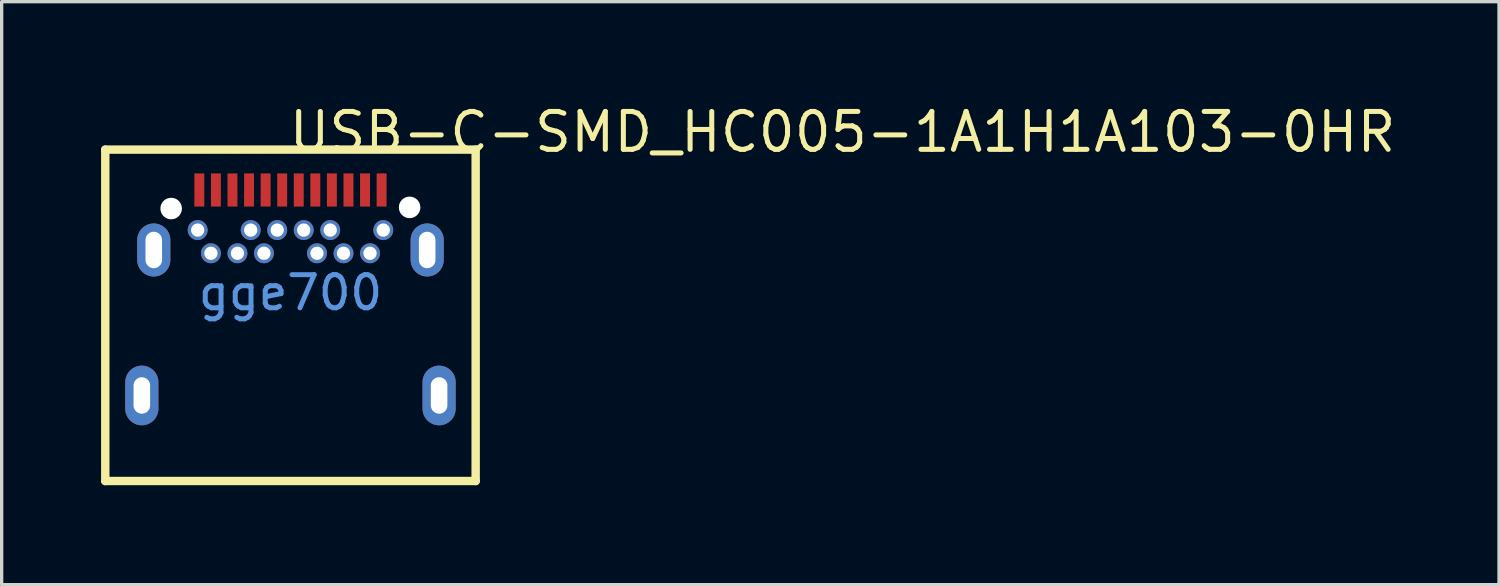
<source format=kicad_pcb>
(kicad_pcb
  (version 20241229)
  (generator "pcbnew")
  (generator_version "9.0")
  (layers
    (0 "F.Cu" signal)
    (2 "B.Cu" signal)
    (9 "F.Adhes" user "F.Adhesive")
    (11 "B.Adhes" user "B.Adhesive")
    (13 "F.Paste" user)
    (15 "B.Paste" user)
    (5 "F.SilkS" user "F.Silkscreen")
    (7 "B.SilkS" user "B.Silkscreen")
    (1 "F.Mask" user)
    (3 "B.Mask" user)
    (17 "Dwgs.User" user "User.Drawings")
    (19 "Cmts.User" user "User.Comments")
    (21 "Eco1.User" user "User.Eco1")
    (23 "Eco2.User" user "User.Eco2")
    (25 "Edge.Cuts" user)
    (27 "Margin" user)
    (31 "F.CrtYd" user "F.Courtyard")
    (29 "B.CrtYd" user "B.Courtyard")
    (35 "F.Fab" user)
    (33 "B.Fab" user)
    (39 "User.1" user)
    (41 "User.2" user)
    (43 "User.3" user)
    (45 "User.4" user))
  (footprint "USB-C-SMD_HC005-1A1H1A103-0HR"
    (layer "F.Cu")
    (at 5.715 5.783)
    (property "Reference" "USB-C-SMD_HC005-1A1H1A103-0HR" (at -0.124 -4.848 0) (layer "F.SilkS") (effects (font (size 1.143 1.143) (thickness 0.152)) (justify left)))
    (attr smd)
    (fp_line (start -5.588 -4.318) (end 5.588 -4.318) (stroke (width 0.254) (type solid)) (layer "F.SilkS"))
    (fp_line (start -5.588 5.682) (end -5.588 -4.318) (stroke (width 0.254) (type solid)) (layer "F.SilkS"))
    (fp_line (start 5.588 -4.318) (end 5.588 5.682) (stroke (width 0.254) (type solid)) (layer "F.SilkS"))
    (fp_line (start 5.588 5.682) (end -5.588 5.682) (stroke (width 0.254) (type solid)) (layer "F.SilkS"))
    (fp_poly (pts (xy -2.9 -3.6) (xy -2.6 -3.6) (xy -2.6 -2.6) (xy -2.9 -2.6)) (stroke (width 0) (type solid)) (fill yes) (layer "F.Paste"))
    (fp_poly (pts (xy -2.4 -3.6) (xy -2.1 -3.6) (xy -2.1 -2.6) (xy -2.4 -2.6)) (stroke (width 0) (type solid)) (fill yes) (layer "F.Paste"))
    (fp_poly (pts (xy -1.9 -3.6) (xy -1.6 -3.6) (xy -1.6 -2.6) (xy -1.9 -2.6)) (stroke (width 0) (type solid)) (fill yes) (layer "F.Paste"))
    (fp_poly (pts (xy -1.4 -3.6) (xy -1.1 -3.6) (xy -1.1 -2.6) (xy -1.4 -2.6)) (stroke (width 0) (type solid)) (fill yes) (layer "F.Paste"))
    (fp_poly (pts (xy -0.9 -3.6) (xy -0.6 -3.6) (xy -0.6 -2.6) (xy -0.9 -2.6)) (stroke (width 0) (type solid)) (fill yes) (layer "F.Paste"))
    (fp_poly (pts (xy -0.4 -3.6) (xy -0.1 -3.6) (xy -0.1 -2.6) (xy -0.4 -2.6)) (stroke (width 0) (type solid)) (fill yes) (layer "F.Paste"))
    (fp_poly (pts (xy 0.1 -3.6) (xy 0.4 -3.6) (xy 0.4 -2.6) (xy 0.1 -2.6)) (stroke (width 0) (type solid)) (fill yes) (layer "F.Paste"))
    (fp_poly (pts (xy 0.6 -3.6) (xy 0.9 -3.6) (xy 0.9 -2.6) (xy 0.6 -2.6)) (stroke (width 0) (type solid)) (fill yes) (layer "F.Paste"))
    (fp_poly (pts (xy 1.1 -3.6) (xy 1.4 -3.6) (xy 1.4 -2.6) (xy 1.1 -2.6)) (stroke (width 0) (type solid)) (fill yes) (layer "F.Paste"))
    (fp_poly (pts (xy 1.6 -3.6) (xy 1.9 -3.6) (xy 1.9 -2.6) (xy 1.6 -2.6)) (stroke (width 0) (type solid)) (fill yes) (layer "F.Paste"))
    (fp_poly (pts (xy 2.1 -3.6) (xy 2.4 -3.6) (xy 2.4 -2.6) (xy 2.1 -2.6)) (stroke (width 0) (type solid)) (fill yes) (layer "F.Paste"))
    (fp_poly (pts (xy 2.6 -3.6) (xy 2.9 -3.6) (xy 2.9 -2.6) (xy 2.6 -2.6)) (stroke (width 0) (type solid)) (fill yes) (layer "F.Paste"))
    (fp_poly (pts (xy -2.806 -2.19) (xy -2.832 -2.188) (xy -2.856 -2.185) (xy -2.881 -2.179) (xy -2.905 -2.171) (xy -2.928 -2.162) (xy -2.95 -2.15) (xy -2.971 -2.136) (xy -2.991 -2.121) (xy -3.01 -2.104) (xy -3.027 -2.086) (xy -3.043 -2.066) (xy -3.057 -2.046) (xy -3.069 -2.024) (xy -3.079 -2.001) (xy -3.087 -1.977) (xy -3.094 -1.953) (xy -3.098 -1.928) (xy -3.1 -1.903) (xy -3.1 -1.878) (xy -3.098 -1.853) (xy -3.094 -1.828) (xy -3.087 -1.803) (xy -3.079 -1.78) (xy -3.069 -1.757) (xy -3.057 -1.735) (xy -3.043 -1.714) (xy -3.027 -1.694) (xy -3.01 -1.676) (xy -2.991 -1.659) (xy -2.971 -1.644) (xy -2.95 -1.63) (xy -2.928 -1.619) (xy -2.905 -1.609) (xy -2.881 -1.601) (xy -2.856 -1.595) (xy -2.832 -1.592) (xy -2.806 -1.59) (xy -2.781 -1.591) (xy -2.756 -1.593) (xy -2.732 -1.598) (xy -2.708 -1.605) (xy -2.684 -1.614) (xy -2.661 -1.624) (xy -2.639 -1.637) (xy -2.619 -1.651) (xy -2.599 -1.667) (xy -2.582 -1.685) (xy -2.565 -1.704) (xy -2.55 -1.724) (xy -2.537 -1.746) (xy -2.526 -1.768) (xy -2.517 -1.791) (xy -2.51 -1.816) (xy -2.504 -1.84) (xy -2.501 -1.865) (xy -2.5 -1.89) (xy -2.501 -1.915) (xy -2.504 -1.94) (xy -2.51 -1.965) (xy -2.517 -1.989) (xy -2.526 -2.012) (xy -2.537 -2.035) (xy -2.55 -2.056) (xy -2.565 -2.076) (xy -2.582 -2.095) (xy -2.599 -2.113) (xy -2.619 -2.129) (xy -2.639 -2.143) (xy -2.661 -2.156) (xy -2.684 -2.167) (xy -2.708 -2.175) (xy -2.732 -2.182) (xy -2.756 -2.187) (xy -2.781 -2.19)) (stroke (width 0) (type solid)) (fill yes) (layer "F.Paste"))
    (fp_poly (pts (xy -2.406 -1.49) (xy -2.432 -1.488) (xy -2.456 -1.485) (xy -2.481 -1.479) (xy -2.505 -1.471) (xy -2.528 -1.462) (xy -2.55 -1.45) (xy -2.571 -1.436) (xy -2.591 -1.421) (xy -2.61 -1.404) (xy -2.627 -1.386) (xy -2.643 -1.366) (xy -2.657 -1.346) (xy -2.669 -1.324) (xy -2.679 -1.301) (xy -2.687 -1.277) (xy -2.694 -1.252) (xy -2.698 -1.228) (xy -2.7 -1.203) (xy -2.7 -1.178) (xy -2.698 -1.153) (xy -2.694 -1.128) (xy -2.687 -1.103) (xy -2.679 -1.08) (xy -2.669 -1.057) (xy -2.657 -1.035) (xy -2.643 -1.014) (xy -2.627 -0.994) (xy -2.61 -0.976) (xy -2.591 -0.959) (xy -2.571 -0.944) (xy -2.55 -0.93) (xy -2.528 -0.919) (xy -2.505 -0.909) (xy -2.481 -0.901) (xy -2.456 -0.895) (xy -2.432 -0.892) (xy -2.406 -0.89) (xy -2.381 -0.891) (xy -2.356 -0.893) (xy -2.332 -0.898) (xy -2.307 -0.905) (xy -2.284 -0.914) (xy -2.261 -0.924) (xy -2.239 -0.937) (xy -2.219 -0.951) (xy -2.199 -0.967) (xy -2.181 -0.985) (xy -2.165 -1.004) (xy -2.15 -1.024) (xy -2.137 -1.046) (xy -2.126 -1.068) (xy -2.117 -1.091) (xy -2.11 -1.116) (xy -2.104 -1.14) (xy -2.101 -1.165) (xy -2.1 -1.19) (xy -2.101 -1.215) (xy -2.104 -1.24) (xy -2.11 -1.265) (xy -2.117 -1.289) (xy -2.126 -1.312) (xy -2.137 -1.335) (xy -2.15 -1.356) (xy -2.165 -1.376) (xy -2.181 -1.395) (xy -2.199 -1.413) (xy -2.219 -1.429) (xy -2.239 -1.443) (xy -2.261 -1.456) (xy -2.284 -1.467) (xy -2.307 -1.475) (xy -2.332 -1.482) (xy -2.356 -1.487) (xy -2.381 -1.49)) (stroke (width 0) (type solid)) (fill yes) (layer "F.Paste"))
    (fp_poly (pts (xy -1.606 -1.49) (xy -1.631 -1.488) (xy -1.656 -1.485) (xy -1.681 -1.479) (xy -1.705 -1.471) (xy -1.728 -1.462) (xy -1.75 -1.45) (xy -1.771 -1.436) (xy -1.791 -1.421) (xy -1.81 -1.404) (xy -1.827 -1.386) (xy -1.843 -1.366) (xy -1.857 -1.346) (xy -1.869 -1.324) (xy -1.879 -1.301) (xy -1.887 -1.277) (xy -1.894 -1.252) (xy -1.898 -1.228) (xy -1.9 -1.203) (xy -1.9 -1.178) (xy -1.898 -1.153) (xy -1.894 -1.128) (xy -1.887 -1.103) (xy -1.879 -1.08) (xy -1.869 -1.057) (xy -1.857 -1.035) (xy -1.843 -1.014) (xy -1.827 -0.994) (xy -1.81 -0.976) (xy -1.791 -0.959) (xy -1.771 -0.944) (xy -1.75 -0.93) (xy -1.728 -0.919) (xy -1.705 -0.909) (xy -1.681 -0.901) (xy -1.656 -0.895) (xy -1.631 -0.892) (xy -1.606 -0.89) (xy -1.581 -0.891) (xy -1.556 -0.893) (xy -1.532 -0.898) (xy -1.507 -0.905) (xy -1.484 -0.914) (xy -1.461 -0.924) (xy -1.439 -0.937) (xy -1.419 -0.951) (xy -1.399 -0.967) (xy -1.381 -0.985) (xy -1.365 -1.004) (xy -1.35 -1.024) (xy -1.337 -1.046) (xy -1.326 -1.068) (xy -1.317 -1.091) (xy -1.309 -1.116) (xy -1.304 -1.14) (xy -1.301 -1.165) (xy -1.3 -1.19) (xy -1.301 -1.215) (xy -1.304 -1.24) (xy -1.309 -1.265) (xy -1.317 -1.289) (xy -1.326 -1.312) (xy -1.337 -1.335) (xy -1.35 -1.356) (xy -1.365 -1.376) (xy -1.381 -1.395) (xy -1.399 -1.413) (xy -1.419 -1.429) (xy -1.439 -1.443) (xy -1.461 -1.456) (xy -1.484 -1.467) (xy -1.507 -1.475) (xy -1.532 -1.482) (xy -1.556 -1.487) (xy -1.581 -1.49)) (stroke (width 0) (type solid)) (fill yes) (layer "F.Paste"))
    (fp_poly (pts (xy -1.181 -2.19) (xy -1.207 -2.19) (xy -1.232 -2.188) (xy -1.256 -2.185) (xy -1.281 -2.179) (xy -1.305 -2.171) (xy -1.328 -2.162) (xy -1.35 -2.15) (xy -1.371 -2.136) (xy -1.392 -2.121) (xy -1.41 -2.104) (xy -1.427 -2.086) (xy -1.443 -2.066) (xy -1.457 -2.046) (xy -1.469 -2.024) (xy -1.479 -2.001) (xy -1.487 -1.977) (xy -1.494 -1.953) (xy -1.498 -1.928) (xy -1.5 -1.903) (xy -1.5 -1.878) (xy -1.498 -1.853) (xy -1.494 -1.828) (xy -1.487 -1.803) (xy -1.479 -1.78) (xy -1.469 -1.757) (xy -1.457 -1.735) (xy -1.443 -1.714) (xy -1.427 -1.694) (xy -1.41 -1.676) (xy -1.392 -1.659) (xy -1.371 -1.644) (xy -1.35 -1.63) (xy -1.328 -1.619) (xy -1.305 -1.609) (xy -1.281 -1.601) (xy -1.256 -1.595) (xy -1.232 -1.592) (xy -1.207 -1.59) (xy -1.181 -1.591) (xy -1.156 -1.593) (xy -1.132 -1.598) (xy -1.108 -1.605) (xy -1.084 -1.614) (xy -1.061 -1.624) (xy -1.04 -1.637) (xy -1.019 -1.651) (xy -1 -1.667) (xy -0.982 -1.685) (xy -0.965 -1.704) (xy -0.95 -1.724) (xy -0.937 -1.746) (xy -0.926 -1.768) (xy -0.917 -1.791) (xy -0.91 -1.816) (xy -0.904 -1.84) (xy -0.901 -1.865) (xy -0.9 -1.89) (xy -0.901 -1.915) (xy -0.904 -1.94) (xy -0.91 -1.965) (xy -0.917 -1.989) (xy -0.926 -2.012) (xy -0.937 -2.035) (xy -0.95 -2.056) (xy -0.965 -2.076) (xy -0.982 -2.095) (xy -1 -2.113) (xy -1.019 -2.129) (xy -1.04 -2.143) (xy -1.061 -2.156) (xy -1.084 -2.167) (xy -1.108 -2.175) (xy -1.132 -2.182) (xy -1.156 -2.187)) (stroke (width 0) (type solid)) (fill yes) (layer "F.Paste"))
    (fp_poly (pts (xy -0.807 -1.49) (xy -0.832 -1.488) (xy -0.856 -1.485) (xy -0.881 -1.479) (xy -0.905 -1.471) (xy -0.928 -1.462) (xy -0.95 -1.45) (xy -0.971 -1.436) (xy -0.991 -1.421) (xy -1.01 -1.404) (xy -1.027 -1.386) (xy -1.043 -1.366) (xy -1.057 -1.346) (xy -1.069 -1.324) (xy -1.079 -1.301) (xy -1.087 -1.277) (xy -1.094 -1.252) (xy -1.098 -1.228) (xy -1.1 -1.203) (xy -1.1 -1.178) (xy -1.098 -1.153) (xy -1.094 -1.128) (xy -1.087 -1.103) (xy -1.079 -1.08) (xy -1.069 -1.057) (xy -1.057 -1.035) (xy -1.043 -1.014) (xy -1.027 -0.994) (xy -1.01 -0.976) (xy -0.991 -0.959) (xy -0.971 -0.944) (xy -0.95 -0.93) (xy -0.928 -0.919) (xy -0.905 -0.909) (xy -0.881 -0.901) (xy -0.856 -0.895) (xy -0.832 -0.892) (xy -0.807 -0.89) (xy -0.781 -0.891) (xy -0.756 -0.893) (xy -0.732 -0.898) (xy -0.708 -0.905) (xy -0.684 -0.914) (xy -0.661 -0.924) (xy -0.639 -0.937) (xy -0.619 -0.951) (xy -0.599 -0.967) (xy -0.582 -0.985) (xy -0.565 -1.004) (xy -0.55 -1.024) (xy -0.537 -1.046) (xy -0.526 -1.068) (xy -0.517 -1.091) (xy -0.51 -1.116) (xy -0.504 -1.14) (xy -0.501 -1.165) (xy -0.5 -1.19) (xy -0.501 -1.215) (xy -0.504 -1.24) (xy -0.51 -1.265) (xy -0.517 -1.289) (xy -0.526 -1.312) (xy -0.537 -1.335) (xy -0.55 -1.356) (xy -0.565 -1.376) (xy -0.582 -1.395) (xy -0.599 -1.413) (xy -0.619 -1.429) (xy -0.639 -1.443) (xy -0.661 -1.456) (xy -0.684 -1.467) (xy -0.708 -1.475) (xy -0.732 -1.482) (xy -0.756 -1.487) (xy -0.781 -1.49)) (stroke (width 0) (type solid)) (fill yes) (layer "F.Paste"))
    (fp_poly (pts (xy -0.381 -2.19) (xy -0.406 -2.19) (xy -0.432 -2.188) (xy -0.456 -2.185) (xy -0.481 -2.179) (xy -0.505 -2.171) (xy -0.528 -2.162) (xy -0.55 -2.15) (xy -0.571 -2.136) (xy -0.591 -2.121) (xy -0.61 -2.104) (xy -0.627 -2.086) (xy -0.643 -2.066) (xy -0.657 -2.046) (xy -0.669 -2.024) (xy -0.679 -2.001) (xy -0.687 -1.977) (xy -0.694 -1.953) (xy -0.698 -1.928) (xy -0.7 -1.903) (xy -0.7 -1.878) (xy -0.698 -1.853) (xy -0.694 -1.828) (xy -0.687 -1.803) (xy -0.679 -1.78) (xy -0.669 -1.757) (xy -0.657 -1.735) (xy -0.643 -1.714) (xy -0.627 -1.694) (xy -0.61 -1.676) (xy -0.591 -1.659) (xy -0.571 -1.644) (xy -0.55 -1.63) (xy -0.528 -1.619) (xy -0.505 -1.609) (xy -0.481 -1.601) (xy -0.456 -1.595) (xy -0.432 -1.592) (xy -0.406 -1.59) (xy -0.381 -1.591) (xy -0.356 -1.593) (xy -0.332 -1.598) (xy -0.307 -1.605) (xy -0.284 -1.614) (xy -0.261 -1.624) (xy -0.239 -1.637) (xy -0.219 -1.651) (xy -0.199 -1.667) (xy -0.181 -1.685) (xy -0.165 -1.704) (xy -0.15 -1.724) (xy -0.137 -1.746) (xy -0.126 -1.768) (xy -0.117 -1.791) (xy -0.11 -1.816) (xy -0.104 -1.84) (xy -0.101 -1.865) (xy -0.1 -1.89) (xy -0.101 -1.915) (xy -0.104 -1.94) (xy -0.11 -1.965) (xy -0.117 -1.989) (xy -0.126 -2.012) (xy -0.137 -2.035) (xy -0.15 -2.056) (xy -0.165 -2.076) (xy -0.181 -2.095) (xy -0.199 -2.113) (xy -0.219 -2.129) (xy -0.239 -2.143) (xy -0.261 -2.156) (xy -0.284 -2.167) (xy -0.307 -2.175) (xy -0.332 -2.182) (xy -0.356 -2.187)) (stroke (width 0) (type solid)) (fill yes) (layer "F.Paste"))
    (fp_poly (pts (xy 0.394 -2.19) (xy 0.369 -2.188) (xy 0.344 -2.185) (xy 0.319 -2.179) (xy 0.295 -2.171) (xy 0.272 -2.162) (xy 0.25 -2.15) (xy 0.229 -2.136) (xy 0.209 -2.121) (xy 0.19 -2.104) (xy 0.173 -2.086) (xy 0.157 -2.066) (xy 0.143 -2.046) (xy 0.131 -2.024) (xy 0.121 -2.001) (xy 0.113 -1.977) (xy 0.106 -1.953) (xy 0.102 -1.928) (xy 0.1 -1.903) (xy 0.1 -1.878) (xy 0.102 -1.853) (xy 0.106 -1.828) (xy 0.113 -1.803) (xy 0.121 -1.78) (xy 0.131 -1.757) (xy 0.143 -1.735) (xy 0.157 -1.714) (xy 0.173 -1.694) (xy 0.19 -1.676) (xy 0.209 -1.659) (xy 0.229 -1.644) (xy 0.25 -1.63) (xy 0.272 -1.619) (xy 0.295 -1.609) (xy 0.319 -1.601) (xy 0.344 -1.595) (xy 0.369 -1.592) (xy 0.394 -1.59) (xy 0.419 -1.591) (xy 0.444 -1.593) (xy 0.468 -1.598) (xy 0.493 -1.605) (xy 0.516 -1.614) (xy 0.539 -1.624) (xy 0.561 -1.637) (xy 0.581 -1.651) (xy 0.601 -1.667) (xy 0.619 -1.685) (xy 0.635 -1.704) (xy 0.65 -1.724) (xy 0.663 -1.746) (xy 0.674 -1.768) (xy 0.683 -1.791) (xy 0.69 -1.816) (xy 0.696 -1.84) (xy 0.699 -1.865) (xy 0.7 -1.89) (xy 0.699 -1.915) (xy 0.696 -1.94) (xy 0.69 -1.965) (xy 0.683 -1.989) (xy 0.674 -2.012) (xy 0.663 -2.035) (xy 0.65 -2.056) (xy 0.635 -2.076) (xy 0.619 -2.095) (xy 0.601 -2.113) (xy 0.581 -2.129) (xy 0.561 -2.143) (xy 0.539 -2.156) (xy 0.516 -2.167) (xy 0.493 -2.175) (xy 0.468 -2.182) (xy 0.444 -2.187) (xy 0.419 -2.19)) (stroke (width 0) (type solid)) (fill yes) (layer "F.Paste"))
    (fp_poly (pts (xy 0.819 -1.49) (xy 0.793 -1.49) (xy 0.768 -1.488) (xy 0.744 -1.485) (xy 0.719 -1.479) (xy 0.695 -1.471) (xy 0.672 -1.462) (xy 0.65 -1.45) (xy 0.628 -1.436) (xy 0.608 -1.421) (xy 0.59 -1.404) (xy 0.573 -1.386) (xy 0.557 -1.366) (xy 0.543 -1.346) (xy 0.531 -1.324) (xy 0.521 -1.301) (xy 0.513 -1.277) (xy 0.506 -1.252) (xy 0.502 -1.228) (xy 0.5 -1.203) (xy 0.5 -1.178) (xy 0.502 -1.153) (xy 0.506 -1.128) (xy 0.513 -1.103) (xy 0.521 -1.08) (xy 0.531 -1.057) (xy 0.543 -1.035) (xy 0.557 -1.014) (xy 0.573 -0.994) (xy 0.59 -0.976) (xy 0.608 -0.959) (xy 0.628 -0.944) (xy 0.65 -0.93) (xy 0.672 -0.919) (xy 0.695 -0.909) (xy 0.719 -0.901) (xy 0.744 -0.895) (xy 0.768 -0.892) (xy 0.793 -0.89) (xy 0.819 -0.891) (xy 0.844 -0.893) (xy 0.868 -0.898) (xy 0.892 -0.905) (xy 0.916 -0.914) (xy 0.939 -0.924) (xy 0.96 -0.937) (xy 0.981 -0.951) (xy 1 -0.967) (xy 1.018 -0.985) (xy 1.035 -1.004) (xy 1.05 -1.024) (xy 1.063 -1.046) (xy 1.074 -1.068) (xy 1.083 -1.091) (xy 1.09 -1.116) (xy 1.096 -1.14) (xy 1.099 -1.165) (xy 1.1 -1.19) (xy 1.099 -1.215) (xy 1.096 -1.24) (xy 1.09 -1.265) (xy 1.083 -1.289) (xy 1.074 -1.312) (xy 1.063 -1.335) (xy 1.05 -1.356) (xy 1.035 -1.376) (xy 1.018 -1.395) (xy 1 -1.413) (xy 0.981 -1.429) (xy 0.96 -1.443) (xy 0.939 -1.456) (xy 0.916 -1.467) (xy 0.892 -1.475) (xy 0.868 -1.482) (xy 0.844 -1.487)) (stroke (width 0) (type solid)) (fill yes) (layer "F.Paste"))
    (fp_poly (pts (xy 1.193 -2.19) (xy 1.168 -2.188) (xy 1.144 -2.185) (xy 1.119 -2.179) (xy 1.095 -2.171) (xy 1.072 -2.162) (xy 1.05 -2.15) (xy 1.029 -2.136) (xy 1.009 -2.121) (xy 0.99 -2.104) (xy 0.973 -2.086) (xy 0.957 -2.066) (xy 0.943 -2.046) (xy 0.931 -2.024) (xy 0.921 -2.001) (xy 0.913 -1.977) (xy 0.906 -1.953) (xy 0.902 -1.928) (xy 0.9 -1.903) (xy 0.9 -1.878) (xy 0.902 -1.853) (xy 0.906 -1.828) (xy 0.913 -1.803) (xy 0.921 -1.78) (xy 0.931 -1.757) (xy 0.943 -1.735) (xy 0.957 -1.714) (xy 0.973 -1.694) (xy 0.99 -1.676) (xy 1.009 -1.659) (xy 1.029 -1.644) (xy 1.05 -1.63) (xy 1.072 -1.619) (xy 1.095 -1.609) (xy 1.119 -1.601) (xy 1.144 -1.595) (xy 1.168 -1.592) (xy 1.193 -1.59) (xy 1.219 -1.591) (xy 1.244 -1.593) (xy 1.268 -1.598) (xy 1.292 -1.605) (xy 1.316 -1.614) (xy 1.339 -1.624) (xy 1.361 -1.637) (xy 1.381 -1.651) (xy 1.401 -1.667) (xy 1.418 -1.685) (xy 1.435 -1.704) (xy 1.45 -1.724) (xy 1.463 -1.746) (xy 1.474 -1.768) (xy 1.483 -1.791) (xy 1.49 -1.816) (xy 1.496 -1.84) (xy 1.499 -1.865) (xy 1.5 -1.89) (xy 1.499 -1.915) (xy 1.496 -1.94) (xy 1.49 -1.965) (xy 1.483 -1.989) (xy 1.474 -2.012) (xy 1.463 -2.035) (xy 1.45 -2.056) (xy 1.435 -2.076) (xy 1.418 -2.095) (xy 1.401 -2.113) (xy 1.381 -2.129) (xy 1.361 -2.143) (xy 1.339 -2.156) (xy 1.316 -2.167) (xy 1.292 -2.175) (xy 1.268 -2.182) (xy 1.244 -2.187) (xy 1.219 -2.19)) (stroke (width 0) (type solid)) (fill yes) (layer "F.Paste"))
    (fp_poly (pts (xy 1.594 -1.49) (xy 1.568 -1.488) (xy 1.544 -1.485) (xy 1.519 -1.479) (xy 1.495 -1.471) (xy 1.472 -1.462) (xy 1.45 -1.45) (xy 1.429 -1.436) (xy 1.409 -1.421) (xy 1.39 -1.404) (xy 1.373 -1.386) (xy 1.357 -1.366) (xy 1.343 -1.346) (xy 1.331 -1.324) (xy 1.321 -1.301) (xy 1.313 -1.277) (xy 1.306 -1.252) (xy 1.302 -1.228) (xy 1.3 -1.203) (xy 1.3 -1.178) (xy 1.302 -1.153) (xy 1.306 -1.128) (xy 1.313 -1.103) (xy 1.321 -1.08) (xy 1.331 -1.057) (xy 1.343 -1.035) (xy 1.357 -1.014) (xy 1.373 -0.994) (xy 1.39 -0.976) (xy 1.409 -0.959) (xy 1.429 -0.944) (xy 1.45 -0.93) (xy 1.472 -0.919) (xy 1.495 -0.909) (xy 1.519 -0.901) (xy 1.544 -0.895) (xy 1.568 -0.892) (xy 1.594 -0.89) (xy 1.619 -0.891) (xy 1.644 -0.893) (xy 1.668 -0.898) (xy 1.693 -0.905) (xy 1.716 -0.914) (xy 1.739 -0.924) (xy 1.761 -0.937) (xy 1.781 -0.951) (xy 1.801 -0.967) (xy 1.819 -0.985) (xy 1.835 -1.004) (xy 1.85 -1.024) (xy 1.863 -1.046) (xy 1.874 -1.068) (xy 1.883 -1.091) (xy 1.89 -1.116) (xy 1.896 -1.14) (xy 1.899 -1.165) (xy 1.9 -1.19) (xy 1.899 -1.215) (xy 1.896 -1.24) (xy 1.89 -1.265) (xy 1.883 -1.289) (xy 1.874 -1.312) (xy 1.863 -1.335) (xy 1.85 -1.356) (xy 1.835 -1.376) (xy 1.819 -1.395) (xy 1.801 -1.413) (xy 1.781 -1.429) (xy 1.761 -1.443) (xy 1.739 -1.456) (xy 1.716 -1.467) (xy 1.693 -1.475) (xy 1.668 -1.482) (xy 1.644 -1.487) (xy 1.619 -1.49)) (stroke (width 0) (type solid)) (fill yes) (layer "F.Paste"))
    (fp_poly (pts (xy 2.394 -1.49) (xy 2.369 -1.488) (xy 2.344 -1.485) (xy 2.319 -1.479) (xy 2.295 -1.471) (xy 2.272 -1.462) (xy 2.25 -1.45) (xy 2.229 -1.436) (xy 2.209 -1.421) (xy 2.19 -1.404) (xy 2.173 -1.386) (xy 2.157 -1.366) (xy 2.143 -1.346) (xy 2.131 -1.324) (xy 2.121 -1.301) (xy 2.113 -1.277) (xy 2.106 -1.252) (xy 2.102 -1.228) (xy 2.1 -1.203) (xy 2.1 -1.178) (xy 2.102 -1.153) (xy 2.106 -1.128) (xy 2.113 -1.103) (xy 2.121 -1.08) (xy 2.131 -1.057) (xy 2.143 -1.035) (xy 2.157 -1.014) (xy 2.173 -0.994) (xy 2.19 -0.976) (xy 2.209 -0.959) (xy 2.229 -0.944) (xy 2.25 -0.93) (xy 2.272 -0.919) (xy 2.295 -0.909) (xy 2.319 -0.901) (xy 2.344 -0.895) (xy 2.369 -0.892) (xy 2.394 -0.89) (xy 2.419 -0.891) (xy 2.444 -0.893) (xy 2.468 -0.898) (xy 2.493 -0.905) (xy 2.516 -0.914) (xy 2.539 -0.924) (xy 2.561 -0.937) (xy 2.581 -0.951) (xy 2.601 -0.967) (xy 2.619 -0.985) (xy 2.635 -1.004) (xy 2.65 -1.024) (xy 2.663 -1.046) (xy 2.674 -1.068) (xy 2.683 -1.091) (xy 2.69 -1.116) (xy 2.696 -1.14) (xy 2.699 -1.165) (xy 2.7 -1.19) (xy 2.699 -1.215) (xy 2.696 -1.24) (xy 2.69 -1.265) (xy 2.683 -1.289) (xy 2.674 -1.312) (xy 2.663 -1.335) (xy 2.65 -1.356) (xy 2.635 -1.376) (xy 2.619 -1.395) (xy 2.601 -1.413) (xy 2.581 -1.429) (xy 2.561 -1.443) (xy 2.539 -1.456) (xy 2.516 -1.467) (xy 2.493 -1.475) (xy 2.468 -1.482) (xy 2.444 -1.487) (xy 2.419 -1.49)) (stroke (width 0) (type solid)) (fill yes) (layer "F.Paste"))
    (fp_poly (pts (xy 2.793 -2.19) (xy 2.768 -2.188) (xy 2.744 -2.185) (xy 2.719 -2.179) (xy 2.695 -2.171) (xy 2.672 -2.162) (xy 2.65 -2.15) (xy 2.628 -2.136) (xy 2.608 -2.121) (xy 2.59 -2.104) (xy 2.573 -2.086) (xy 2.557 -2.066) (xy 2.543 -2.046) (xy 2.531 -2.024) (xy 2.521 -2.001) (xy 2.513 -1.977) (xy 2.506 -1.953) (xy 2.502 -1.928) (xy 2.5 -1.903) (xy 2.5 -1.878) (xy 2.502 -1.853) (xy 2.506 -1.828) (xy 2.513 -1.803) (xy 2.521 -1.78) (xy 2.531 -1.757) (xy 2.543 -1.735) (xy 2.557 -1.714) (xy 2.573 -1.694) (xy 2.59 -1.676) (xy 2.608 -1.659) (xy 2.628 -1.644) (xy 2.65 -1.63) (xy 2.672 -1.619) (xy 2.695 -1.609) (xy 2.719 -1.601) (xy 2.744 -1.595) (xy 2.768 -1.592) (xy 2.793 -1.59) (xy 2.819 -1.591) (xy 2.844 -1.593) (xy 2.868 -1.598) (xy 2.892 -1.605) (xy 2.916 -1.614) (xy 2.939 -1.624) (xy 2.96 -1.637) (xy 2.981 -1.651) (xy 3 -1.667) (xy 3.018 -1.685) (xy 3.035 -1.704) (xy 3.05 -1.724) (xy 3.063 -1.746) (xy 3.074 -1.768) (xy 3.083 -1.791) (xy 3.09 -1.816) (xy 3.096 -1.84) (xy 3.099 -1.865) (xy 3.1 -1.89) (xy 3.099 -1.915) (xy 3.096 -1.94) (xy 3.09 -1.965) (xy 3.083 -1.989) (xy 3.074 -2.012) (xy 3.063 -2.035) (xy 3.05 -2.056) (xy 3.035 -2.076) (xy 3.018 -2.095) (xy 3 -2.113) (xy 2.981 -2.129) (xy 2.96 -2.143) (xy 2.939 -2.156) (xy 2.916 -2.167) (xy 2.892 -2.175) (xy 2.868 -2.182) (xy 2.844 -2.187) (xy 2.819 -2.19)) (stroke (width 0) (type solid)) (fill yes) (layer "F.Paste"))
    (fp_poly (pts (xy -4.448 2.201) (xy -4.473 2.2) (xy -4.497 2.2) (xy -4.522 2.201) (xy -4.547 2.204) (xy -4.572 2.208) (xy -4.596 2.212) (xy -4.62 2.219) (xy -4.644 2.226) (xy -4.668 2.235) (xy -4.691 2.244) (xy -4.713 2.255) (xy -4.735 2.267) (xy -4.756 2.28) (xy -4.777 2.294) (xy -4.797 2.309) (xy -4.816 2.325) (xy -4.834 2.342) (xy -4.852 2.36) (xy -4.868 2.379) (xy -4.884 2.398) (xy -4.898 2.418) (xy -4.912 2.439) (xy -4.924 2.461) (xy -4.935 2.483) (xy -4.946 2.506) (xy -4.955 2.529) (xy -4.963 2.553) (xy -4.97 2.577) (xy -4.975 2.601) (xy -4.979 2.625) (xy -4.983 2.65) (xy -4.984 2.675) (xy -4.985 2.7) (xy -4.985 3.5) (xy -4.984 3.525) (xy -4.983 3.55) (xy -4.979 3.574) (xy -4.975 3.599) (xy -4.97 3.623) (xy -4.963 3.647) (xy -4.955 3.671) (xy -4.946 3.694) (xy -4.935 3.717) (xy -4.924 3.739) (xy -4.912 3.761) (xy -4.898 3.782) (xy -4.884 3.802) (xy -4.868 3.821) (xy -4.852 3.84) (xy -4.834 3.858) (xy -4.816 3.875) (xy -4.797 3.891) (xy -4.777 3.906) (xy -4.756 3.92) (xy -4.735 3.933) (xy -4.713 3.945) (xy -4.691 3.956) (xy -4.668 3.965) (xy -4.644 3.974) (xy -4.62 3.981) (xy -4.596 3.987) (xy -4.572 3.992) (xy -4.547 3.996) (xy -4.522 3.999) (xy -4.497 4) (xy -4.473 4) (xy -4.448 3.999) (xy -4.423 3.996) (xy -4.398 3.992) (xy -4.374 3.987) (xy -4.35 3.981) (xy -4.326 3.974) (xy -4.302 3.965) (xy -4.279 3.956) (xy -4.257 3.945) (xy -4.235 3.933) (xy -4.214 3.92) (xy -4.193 3.906) (xy -4.173 3.891) (xy -4.154 3.875) (xy -4.136 3.858) (xy -4.118 3.84) (xy -4.102 3.821) (xy -4.086 3.802) (xy -4.072 3.782) (xy -4.058 3.761) (xy -4.046 3.739) (xy -4.035 3.717) (xy -4.024 3.694) (xy -4.015 3.671) (xy -4.007 3.647) (xy -4 3.623) (xy -3.995 3.599) (xy -3.991 3.574) (xy -3.987 3.55) (xy -3.986 3.525) (xy -3.985 3.5) (xy -3.985 2.7) (xy -3.986 2.675) (xy -3.987 2.65) (xy -3.991 2.625) (xy -3.995 2.601) (xy -4 2.577) (xy -4.007 2.553) (xy -4.015 2.529) (xy -4.024 2.506) (xy -4.035 2.483) (xy -4.046 2.461) (xy -4.058 2.439) (xy -4.072 2.418) (xy -4.086 2.398) (xy -4.102 2.379) (xy -4.118 2.36) (xy -4.136 2.342) (xy -4.154 2.325) (xy -4.173 2.309) (xy -4.193 2.294) (xy -4.214 2.28) (xy -4.235 2.267) (xy -4.257 2.255) (xy -4.279 2.244) (xy -4.302 2.235) (xy -4.326 2.226) (xy -4.35 2.219) (xy -4.374 2.212) (xy -4.398 2.208) (xy -4.423 2.204)) (stroke (width 0) (type solid)) (fill yes) (layer "F.Paste"))
    (fp_poly (pts (xy -4.088 -2.139) (xy -4.113 -2.14) (xy -4.138 -2.14) (xy -4.162 -2.139) (xy -4.187 -2.136) (xy -4.212 -2.133) (xy -4.236 -2.128) (xy -4.26 -2.121) (xy -4.284 -2.114) (xy -4.308 -2.106) (xy -4.331 -2.096) (xy -4.353 -2.085) (xy -4.375 -2.073) (xy -4.396 -2.06) (xy -4.417 -2.046) (xy -4.437 -2.031) (xy -4.456 -2.015) (xy -4.474 -1.998) (xy -4.492 -1.98) (xy -4.508 -1.962) (xy -4.524 -1.942) (xy -4.538 -1.922) (xy -4.552 -1.901) (xy -4.564 -1.879) (xy -4.576 -1.857) (xy -4.586 -1.834) (xy -4.595 -1.811) (xy -4.603 -1.788) (xy -4.61 -1.764) (xy -4.615 -1.739) (xy -4.619 -1.715) (xy -4.623 -1.69) (xy -4.624 -1.665) (xy -4.625 -1.64) (xy -4.625 -0.94) (xy -4.624 -0.915) (xy -4.623 -0.89) (xy -4.619 -0.866) (xy -4.615 -0.841) (xy -4.61 -0.817) (xy -4.603 -0.793) (xy -4.595 -0.769) (xy -4.586 -0.746) (xy -4.576 -0.723) (xy -4.564 -0.701) (xy -4.552 -0.679) (xy -4.538 -0.659) (xy -4.524 -0.638) (xy -4.508 -0.619) (xy -4.492 -0.6) (xy -4.474 -0.582) (xy -4.456 -0.565) (xy -4.437 -0.549) (xy -4.417 -0.534) (xy -4.396 -0.52) (xy -4.375 -0.507) (xy -4.353 -0.495) (xy -4.331 -0.484) (xy -4.308 -0.475) (xy -4.284 -0.466) (xy -4.26 -0.459) (xy -4.236 -0.453) (xy -4.212 -0.448) (xy -4.187 -0.444) (xy -4.162 -0.442) (xy -4.138 -0.44) (xy -4.113 -0.44) (xy -4.088 -0.442) (xy -4.063 -0.444) (xy -4.038 -0.448) (xy -4.014 -0.453) (xy -3.99 -0.459) (xy -3.966 -0.466) (xy -3.942 -0.475) (xy -3.919 -0.484) (xy -3.897 -0.495) (xy -3.875 -0.507) (xy -3.854 -0.52) (xy -3.833 -0.534) (xy -3.813 -0.549) (xy -3.794 -0.565) (xy -3.776 -0.582) (xy -3.759 -0.6) (xy -3.742 -0.619) (xy -3.727 -0.638) (xy -3.712 -0.659) (xy -3.698 -0.679) (xy -3.686 -0.701) (xy -3.675 -0.723) (xy -3.664 -0.746) (xy -3.655 -0.769) (xy -3.647 -0.793) (xy -3.641 -0.817) (xy -3.635 -0.841) (xy -3.631 -0.866) (xy -3.628 -0.89) (xy -3.626 -0.915) (xy -3.625 -0.94) (xy -3.625 -1.64) (xy -3.626 -1.665) (xy -3.628 -1.69) (xy -3.631 -1.715) (xy -3.635 -1.739) (xy -3.641 -1.764) (xy -3.647 -1.788) (xy -3.655 -1.811) (xy -3.664 -1.834) (xy -3.675 -1.857) (xy -3.686 -1.879) (xy -3.698 -1.901) (xy -3.712 -1.922) (xy -3.727 -1.942) (xy -3.742 -1.962) (xy -3.759 -1.98) (xy -3.776 -1.998) (xy -3.794 -2.015) (xy -3.813 -2.031) (xy -3.833 -2.046) (xy -3.854 -2.06) (xy -3.875 -2.073) (xy -3.897 -2.085) (xy -3.919 -2.096) (xy -3.942 -2.106) (xy -3.966 -2.114) (xy -3.99 -2.121) (xy -4.014 -2.128) (xy -4.038 -2.133) (xy -4.063 -2.136)) (stroke (width 0) (type solid)) (fill yes) (layer "F.Paste"))
    (fp_poly (pts (xy 4.112 -2.14) (xy 4.087 -2.139) (xy 4.063 -2.136) (xy 4.038 -2.133) (xy 4.014 -2.128) (xy 3.989 -2.121) (xy 3.966 -2.114) (xy 3.942 -2.106) (xy 3.919 -2.096) (xy 3.897 -2.085) (xy 3.875 -2.073) (xy 3.854 -2.06) (xy 3.833 -2.046) (xy 3.813 -2.031) (xy 3.794 -2.015) (xy 3.776 -1.998) (xy 3.758 -1.98) (xy 3.742 -1.962) (xy 3.726 -1.942) (xy 3.712 -1.922) (xy 3.698 -1.901) (xy 3.686 -1.879) (xy 3.674 -1.857) (xy 3.664 -1.834) (xy 3.655 -1.811) (xy 3.647 -1.788) (xy 3.64 -1.764) (xy 3.635 -1.739) (xy 3.63 -1.715) (xy 3.627 -1.69) (xy 3.625 -1.665) (xy 3.625 -1.64) (xy 3.625 -0.94) (xy 3.625 -0.915) (xy 3.627 -0.89) (xy 3.63 -0.866) (xy 3.635 -0.841) (xy 3.64 -0.817) (xy 3.647 -0.793) (xy 3.655 -0.769) (xy 3.664 -0.746) (xy 3.674 -0.723) (xy 3.686 -0.701) (xy 3.698 -0.679) (xy 3.712 -0.659) (xy 3.726 -0.638) (xy 3.742 -0.619) (xy 3.758 -0.6) (xy 3.776 -0.582) (xy 3.794 -0.565) (xy 3.813 -0.549) (xy 3.833 -0.534) (xy 3.854 -0.52) (xy 3.875 -0.507) (xy 3.897 -0.495) (xy 3.919 -0.484) (xy 3.942 -0.475) (xy 3.966 -0.466) (xy 3.989 -0.459) (xy 4.014 -0.453) (xy 4.038 -0.448) (xy 4.063 -0.444) (xy 4.087 -0.442) (xy 4.112 -0.44) (xy 4.137 -0.44) (xy 4.162 -0.442) (xy 4.187 -0.444) (xy 4.212 -0.448) (xy 4.236 -0.453) (xy 4.26 -0.459) (xy 4.284 -0.466) (xy 4.308 -0.475) (xy 4.33 -0.484) (xy 4.353 -0.495) (xy 4.375 -0.507) (xy 4.396 -0.52) (xy 4.417 -0.534) (xy 4.437 -0.549) (xy 4.456 -0.565) (xy 4.474 -0.582) (xy 4.491 -0.6) (xy 4.508 -0.619) (xy 4.523 -0.638) (xy 4.538 -0.659) (xy 4.551 -0.679) (xy 4.564 -0.701) (xy 4.575 -0.723) (xy 4.586 -0.746) (xy 4.595 -0.769) (xy 4.603 -0.793) (xy 4.609 -0.817) (xy 4.615 -0.841) (xy 4.619 -0.866) (xy 4.622 -0.89) (xy 4.624 -0.915) (xy 4.625 -0.94) (xy 4.625 -1.64) (xy 4.624 -1.665) (xy 4.622 -1.69) (xy 4.619 -1.715) (xy 4.615 -1.739) (xy 4.609 -1.764) (xy 4.603 -1.788) (xy 4.595 -1.811) (xy 4.586 -1.834) (xy 4.575 -1.857) (xy 4.564 -1.879) (xy 4.551 -1.901) (xy 4.538 -1.922) (xy 4.523 -1.942) (xy 4.508 -1.962) (xy 4.491 -1.98) (xy 4.474 -1.998) (xy 4.456 -2.015) (xy 4.437 -2.031) (xy 4.417 -2.046) (xy 4.396 -2.06) (xy 4.375 -2.073) (xy 4.353 -2.085) (xy 4.33 -2.096) (xy 4.308 -2.106) (xy 4.284 -2.114) (xy 4.26 -2.121) (xy 4.236 -2.128) (xy 4.212 -2.133) (xy 4.187 -2.136) (xy 4.162 -2.139) (xy 4.137 -2.14)) (stroke (width 0) (type solid)) (fill yes) (layer "F.Paste"))
    (fp_poly (pts (xy 4.473 2.2) (xy 4.448 2.201) (xy 4.423 2.204) (xy 4.398 2.208) (xy 4.374 2.212) (xy 4.35 2.219) (xy 4.326 2.226) (xy 4.302 2.235) (xy 4.279 2.244) (xy 4.257 2.255) (xy 4.235 2.267) (xy 4.214 2.28) (xy 4.193 2.294) (xy 4.173 2.309) (xy 4.154 2.325) (xy 4.136 2.342) (xy 4.118 2.36) (xy 4.102 2.379) (xy 4.086 2.398) (xy 4.072 2.418) (xy 4.058 2.439) (xy 4.046 2.461) (xy 4.035 2.483) (xy 4.024 2.506) (xy 4.015 2.529) (xy 4.007 2.553) (xy 4 2.577) (xy 3.995 2.601) (xy 3.991 2.625) (xy 3.987 2.65) (xy 3.986 2.675) (xy 3.985 2.7) (xy 3.985 3.5) (xy 3.986 3.525) (xy 3.987 3.55) (xy 3.991 3.574) (xy 3.995 3.599) (xy 4 3.623) (xy 4.007 3.647) (xy 4.015 3.671) (xy 4.024 3.694) (xy 4.035 3.717) (xy 4.046 3.739) (xy 4.058 3.761) (xy 4.072 3.782) (xy 4.086 3.802) (xy 4.102 3.821) (xy 4.118 3.84) (xy 4.136 3.858) (xy 4.154 3.875) (xy 4.173 3.891) (xy 4.193 3.906) (xy 4.214 3.92) (xy 4.235 3.933) (xy 4.257 3.945) (xy 4.279 3.956) (xy 4.302 3.965) (xy 4.326 3.974) (xy 4.35 3.981) (xy 4.374 3.987) (xy 4.398 3.992) (xy 4.423 3.996) (xy 4.448 3.999) (xy 4.473 4) (xy 4.497 4) (xy 4.522 3.999) (xy 4.547 3.996) (xy 4.572 3.992) (xy 4.596 3.987) (xy 4.62 3.981) (xy 4.644 3.974) (xy 4.668 3.965) (xy 4.691 3.956) (xy 4.713 3.945) (xy 4.735 3.933) (xy 4.756 3.92) (xy 4.777 3.906) (xy 4.797 3.891) (xy 4.816 3.875) (xy 4.834 3.858) (xy 4.852 3.84) (xy 4.868 3.821) (xy 4.884 3.802) (xy 4.898 3.782) (xy 4.912 3.761) (xy 4.924 3.739) (xy 4.935 3.717) (xy 4.946 3.694) (xy 4.955 3.671) (xy 4.963 3.647) (xy 4.97 3.623) (xy 4.975 3.599) (xy 4.979 3.574) (xy 4.983 3.55) (xy 4.984 3.525) (xy 4.985 3.5) (xy 4.985 2.7) (xy 4.984 2.675) (xy 4.983 2.65) (xy 4.979 2.625) (xy 4.975 2.601) (xy 4.97 2.577) (xy 4.963 2.553) (xy 4.955 2.529) (xy 4.946 2.506) (xy 4.935 2.483) (xy 4.924 2.461) (xy 4.912 2.439) (xy 4.898 2.418) (xy 4.884 2.398) (xy 4.868 2.379) (xy 4.852 2.36) (xy 4.834 2.342) (xy 4.816 2.325) (xy 4.797 2.309) (xy 4.777 2.294) (xy 4.756 2.28) (xy 4.735 2.267) (xy 4.713 2.255) (xy 4.691 2.244) (xy 4.668 2.235) (xy 4.644 2.226) (xy 4.62 2.219) (xy 4.596 2.212) (xy 4.572 2.208) (xy 4.547 2.204) (xy 4.522 2.201) (xy 4.497 2.2)) (stroke (width 0) (type solid)) (fill yes) (layer "F.Paste"))
    (fp_circle (center -3.6 -2.54) (end -3.475 -2.54) (stroke (width 0.25) (type solid)) (fill no) (layer "Cmts.User"))
    (fp_circle (center 3.595 -2.575) (end 3.72 -2.575) (stroke (width 0.25) (type solid)) (fill no) (layer "Cmts.User"))
    (fp_text user "gge700" (at 0 0 0) (layer "Cmts.User") (effects (font (size 1 1) (thickness 0.15))))
    (pad "" np_thru_hole circle (at -3.6 -2.54) (size 0.65 0.65) (drill 0.65) (layers "*.Cu" "*.Mask"))
    (pad "" np_thru_hole circle (at 3.595 -2.575) (size 0.65 0.65) (drill 0.65) (layers "*.Cu" "*.Mask"))
    (pad "1" thru_hole oval (at -4.125 -1.29) (size 1 1.6) (drill oval 0.5 1.1) (layers "*.Cu" "*.Paste" "*.Mask"))
    (pad "2" thru_hole oval (at -4.485 3.1) (size 1 1.8) (drill oval 0.5 1.1) (layers "*.Cu" "*.Paste" "*.Mask"))
    (pad "3" thru_hole oval (at 4.485 3.1) (size 1 1.8) (drill oval 0.5 1.1) (layers "*.Cu" "*.Paste" "*.Mask"))
    (pad "4" thru_hole oval (at 4.125 -1.29) (size 1 1.6) (drill oval 0.5 1.1) (layers "*.Cu" "*.Paste" "*.Mask"))
    (pad "A1" smd rect (at -2.75 -3.1) (size 0.3 1) (layers "F.Cu" "F.Mask" "F.Paste"))
    (pad "A2" smd rect (at -2.25 -3.1) (size 0.3 1) (layers "F.Cu" "F.Mask" "F.Paste"))
    (pad "A3" smd rect (at -1.75 -3.1) (size 0.3 1) (layers "F.Cu" "F.Mask" "F.Paste"))
    (pad "A4" smd rect (at -1.25 -3.1) (size 0.3 1) (layers "F.Cu" "F.Mask" "F.Paste"))
    (pad "A5" smd rect (at -0.75 -3.1) (size 0.3 1) (layers "F.Cu" "F.Mask" "F.Paste"))
    (pad "A6" smd rect (at -0.25 -3.1) (size 0.3 1) (layers "F.Cu" "F.Mask" "F.Paste"))
    (pad "A7" smd rect (at 0.25 -3.1) (size 0.3 1) (layers "F.Cu" "F.Mask" "F.Paste"))
    (pad "A8" smd rect (at 0.75 -3.1) (size 0.3 1) (layers "F.Cu" "F.Mask" "F.Paste"))
    (pad "A9" smd rect (at 1.25 -3.1) (size 0.3 1) (layers "F.Cu" "F.Mask" "F.Paste"))
    (pad "A10" smd rect (at 1.75 -3.1) (size 0.3 1) (layers "F.Cu" "F.Mask" "F.Paste"))
    (pad "A11" smd rect (at 2.25 -3.1) (size 0.3 1) (layers "F.Cu" "F.Mask" "F.Paste"))
    (pad "A12" smd rect (at 2.75 -3.1) (size 0.3 1) (layers "F.Cu" "F.Mask" "F.Paste"))
    (pad "B1" thru_hole circle (at 2.8 -1.89) (size 0.6 0.6) (drill 0.4) (layers "*.Cu" "*.Paste" "*.Mask"))
    (pad "B2" thru_hole circle (at 2.4 -1.19) (size 0.6 0.6) (drill 0.4) (layers "*.Cu" "*.Paste" "*.Mask"))
    (pad "B3" thru_hole circle (at 1.6 -1.19) (size 0.6 0.6) (drill 0.4) (layers "*.Cu" "*.Paste" "*.Mask"))
    (pad "B4" thru_hole circle (at 1.2 -1.89) (size 0.6 0.6) (drill 0.4) (layers "*.Cu" "*.Paste" "*.Mask"))
    (pad "B5" thru_hole circle (at 0.8 -1.19) (size 0.6 0.6) (drill 0.4) (layers "*.Cu" "*.Paste" "*.Mask"))
    (pad "B6" thru_hole circle (at 0.4 -1.89) (size 0.6 0.6) (drill 0.4) (layers "*.Cu" "*.Paste" "*.Mask"))
    (pad "B7" thru_hole circle (at -0.4 -1.89) (size 0.6 0.6) (drill 0.4) (layers "*.Cu" "*.Paste" "*.Mask"))
    (pad "B8" thru_hole circle (at -0.8 -1.19) (size 0.6 0.6) (drill 0.4) (layers "*.Cu" "*.Paste" "*.Mask"))
    (pad "B9" thru_hole circle (at -1.2 -1.89) (size 0.6 0.6) (drill 0.4) (layers "*.Cu" "*.Paste" "*.Mask"))
    (pad "B10" thru_hole circle (at -1.6 -1.19) (size 0.6 0.6) (drill 0.4) (layers "*.Cu" "*.Paste" "*.Mask"))
    (pad "B11" thru_hole circle (at -2.4 -1.19) (size 0.6 0.6) (drill 0.4) (layers "*.Cu" "*.Paste" "*.Mask"))
    (pad "B12" thru_hole circle (at -2.8 -1.89) (size 0.6 0.6) (drill 0.4) (layers "*.Cu" "*.Paste" "*.Mask")))
  (gr_rect
    (start -3 -3)
    (end 42.183 14.592)
    (stroke (width 0.1) (type default))
    (fill no)
    (layer "Edge.Cuts")))
</source>
